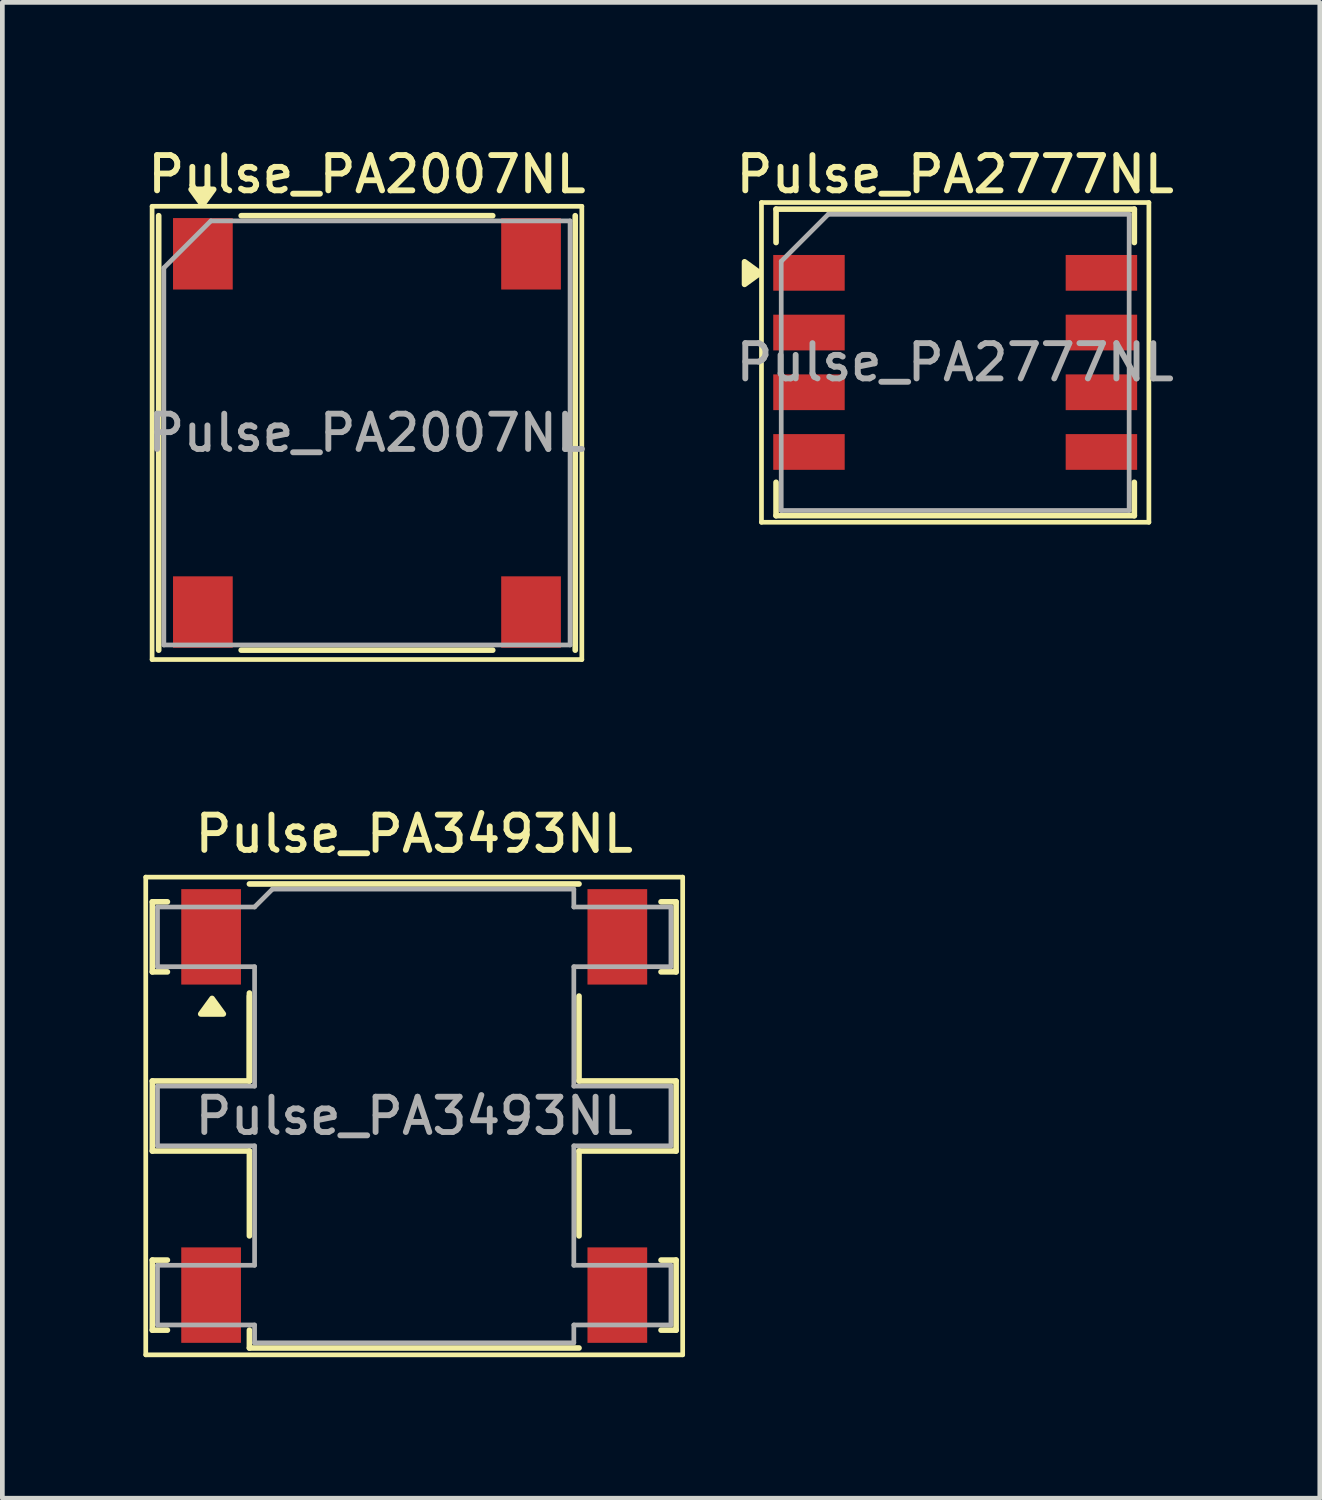
<source format=kicad_pcb>
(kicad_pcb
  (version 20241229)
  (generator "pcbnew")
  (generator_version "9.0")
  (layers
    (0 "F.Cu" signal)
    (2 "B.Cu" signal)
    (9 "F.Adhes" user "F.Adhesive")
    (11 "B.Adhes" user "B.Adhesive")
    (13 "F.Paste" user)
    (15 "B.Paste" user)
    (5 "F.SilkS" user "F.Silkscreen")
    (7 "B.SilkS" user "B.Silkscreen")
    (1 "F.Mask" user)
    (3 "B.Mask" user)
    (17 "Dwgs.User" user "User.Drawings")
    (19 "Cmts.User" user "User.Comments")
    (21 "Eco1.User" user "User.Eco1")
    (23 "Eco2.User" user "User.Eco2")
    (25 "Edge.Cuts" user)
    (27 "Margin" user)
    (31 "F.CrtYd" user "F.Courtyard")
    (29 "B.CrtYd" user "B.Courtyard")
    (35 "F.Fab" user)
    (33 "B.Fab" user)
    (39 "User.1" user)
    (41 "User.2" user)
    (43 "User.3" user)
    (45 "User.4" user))
  (footprint "Pulse_PA2777NL"
    (layer "F.Cu")
    (at 17.266 4.658)
    (property "Reference" "Pulse_PA2777NL" (at 0 -4 0) (layer "F.SilkS") (effects (font (size 0.75 0.75) (thickness 0.125))))
    (attr smd)
    (fp_line (start -4.12 -3.4) (end 4.12 -3.4) (stroke (width 0.1) (type solid)) (layer "F.SilkS"))
    (fp_line (start -4.12 3.4) (end -4.12 -3.4) (stroke (width 0.1) (type solid)) (layer "F.SilkS"))
    (fp_line (start -4.12 3.4) (end 4.12 3.4) (stroke (width 0.1) (type solid)) (layer "F.SilkS"))
    (fp_line (start -3.81 -3.26) (end 3.81 -3.26) (stroke (width 0.12) (type solid)) (layer "F.SilkS"))
    (fp_line (start -3.81 -2.55) (end -3.81 -3.26) (stroke (width 0.12) (type solid)) (layer "F.SilkS"))
    (fp_line (start -3.81 2.55) (end -3.81 3.26) (stroke (width 0.12) (type solid)) (layer "F.SilkS"))
    (fp_line (start -3.81 3.26) (end 3.81 3.26) (stroke (width 0.12) (type solid)) (layer "F.SilkS"))
    (fp_line (start 3.81 -2.55) (end 3.81 -3.26) (stroke (width 0.12) (type solid)) (layer "F.SilkS"))
    (fp_line (start 3.81 2.55) (end 3.81 3.26) (stroke (width 0.12) (type solid)) (layer "F.SilkS"))
    (fp_line (start 4.12 3.4) (end 4.12 -3.4) (stroke (width 0.1) (type solid)) (layer "F.SilkS"))
    (fp_poly (pts (xy -4.15 -1.9) (xy -4.48 -1.66) (xy -4.48 -2.14) (xy -4.15 -1.9)) (stroke (width 0.12) (type solid)) (fill yes) (layer "F.SilkS"))
    (fp_line (start -3.7 3.15) (end -3.7 -2.15) (stroke (width 0.1) (type solid)) (layer "F.Fab"))
    (fp_line (start -2.7 -3.15) (end -3.7 -2.15) (stroke (width 0.1) (type solid)) (layer "F.Fab"))
    (fp_line (start -2.7 -3.15) (end 3.7 -3.15) (stroke (width 0.1) (type solid)) (layer "F.Fab"))
    (fp_line (start 3.7 -3.15) (end 3.7 3.15) (stroke (width 0.1) (type solid)) (layer "F.Fab"))
    (fp_line (start 3.7 3.15) (end -3.7 3.15) (stroke (width 0.1) (type solid)) (layer "F.Fab"))
    (fp_text user "${REFERENCE}" (at 0 0 0) (layer "F.Fab") (effects (font (size 0.75 0.75) (thickness 0.125))))
    (pad "1" smd rect (at -3.11 -1.905) (size 1.52 0.76) (layers "F.Cu" "F.Mask" "F.Paste"))
    (pad "2" smd rect (at -3.11 -0.635) (size 1.52 0.76) (layers "F.Cu" "F.Mask" "F.Paste"))
    (pad "3" smd rect (at -3.11 0.635) (size 1.52 0.76) (layers "F.Cu" "F.Mask" "F.Paste"))
    (pad "4" smd rect (at -3.11 1.905) (size 1.52 0.76) (layers "F.Cu" "F.Mask" "F.Paste"))
    (pad "5" smd rect (at 3.11 1.905) (size 1.52 0.76) (layers "F.Cu" "F.Mask" "F.Paste"))
    (pad "6" smd rect (at 3.11 0.635) (size 1.52 0.76) (layers "F.Cu" "F.Mask" "F.Paste"))
    (pad "7" smd rect (at 3.11 -0.635) (size 1.52 0.76) (layers "F.Cu" "F.Mask" "F.Paste"))
    (pad "8" smd rect (at 3.11 -1.905) (size 1.52 0.76) (layers "F.Cu" "F.Mask" "F.Paste")))
  (footprint "Pulse_PA2007NL"
    (layer "F.Cu")
    (at 4.755 6.158)
    (property "Reference" "Pulse_PA2007NL" (at 0 -5.5 0) (layer "F.SilkS") (effects (font (size 0.75 0.75) (thickness 0.125))))
    (attr smd)
    (fp_line (start -4.57 -4.82) (end 4.57 -4.82) (stroke (width 0.1) (type solid)) (layer "F.SilkS"))
    (fp_line (start -4.57 4.82) (end -4.57 -4.82) (stroke (width 0.1) (type solid)) (layer "F.SilkS"))
    (fp_line (start -4.43 4.62) (end -4.43 -4.62) (stroke (width 0.12) (type solid)) (layer "F.SilkS"))
    (fp_line (start -2.675 -4.62) (end 2.675 -4.62) (stroke (width 0.12) (type solid)) (layer "F.SilkS"))
    (fp_line (start -2.675 4.62) (end 2.675 4.62) (stroke (width 0.12) (type solid)) (layer "F.SilkS"))
    (fp_line (start 4.43 4.62) (end 4.43 -4.62) (stroke (width 0.12) (type solid)) (layer "F.SilkS"))
    (fp_line (start 4.57 -4.82) (end 4.57 4.82) (stroke (width 0.1) (type solid)) (layer "F.SilkS"))
    (fp_line (start 4.57 4.82) (end -4.57 4.82) (stroke (width 0.1) (type solid)) (layer "F.SilkS"))
    (fp_poly (pts (xy -3.5 -4.85) (xy -3.74 -5.18) (xy -3.26 -5.18) (xy -3.5 -4.85)) (stroke (width 0.12) (type solid)) (fill yes) (layer "F.SilkS"))
    (fp_line (start -4.32 4.51) (end -4.32 -3.51) (stroke (width 0.1) (type solid)) (layer "F.Fab"))
    (fp_line (start -3.32 -4.51) (end -4.32 -3.51) (stroke (width 0.1) (type solid)) (layer "F.Fab"))
    (fp_line (start -3.32 -4.51) (end 4.32 -4.51) (stroke (width 0.1) (type solid)) (layer "F.Fab"))
    (fp_line (start 4.32 -4.51) (end 4.32 4.51) (stroke (width 0.1) (type solid)) (layer "F.Fab"))
    (fp_line (start 4.32 4.51) (end -4.32 4.51) (stroke (width 0.1) (type solid)) (layer "F.Fab"))
    (fp_text user "${REFERENCE}" (at 0 0 0) (layer "F.Fab") (effects (font (size 0.75 0.75) (thickness 0.125))))
    (pad "1" smd rect (at -3.49 -3.81) (size 1.27 1.52) (layers "F.Cu" "F.Mask" "F.Paste"))
    (pad "4" smd rect (at -3.49 3.81) (size 1.27 1.52) (layers "F.Cu" "F.Mask" "F.Paste"))
    (pad "5" smd rect (at 3.49 3.81) (size 1.27 1.52) (layers "F.Cu" "F.Mask" "F.Paste"))
    (pad "8" smd rect (at 3.49 -3.81) (size 1.27 1.52) (layers "F.Cu" "F.Mask" "F.Paste")))
  (footprint "Pulse_PA3493NL"
    (layer "F.Cu")
    (at 5.76 20.686)
    (property "Reference" "Pulse_PA3493NL" (at 0 -6 0) (layer "F.SilkS") (effects (font (size 0.75 0.75) (thickness 0.125))))
    (attr smd)
    (fp_line (start -5.71 -5.08) (end 5.71 -5.08) (stroke (width 0.1) (type solid)) (layer "F.SilkS"))
    (fp_line (start -5.71 5.08) (end -5.71 -5.08) (stroke (width 0.1) (type solid)) (layer "F.SilkS"))
    (fp_line (start -5.57 -4.555) (end -5.57 -3.065) (stroke (width 0.12) (type solid)) (layer "F.SilkS"))
    (fp_line (start -5.57 -4.555) (end -5.25 -4.555) (stroke (width 0.12) (type solid)) (layer "F.SilkS"))
    (fp_line (start -5.57 -3.065) (end -5.25 -3.065) (stroke (width 0.12) (type solid)) (layer "F.SilkS"))
    (fp_line (start -5.57 -0.745) (end -5.57 0.745) (stroke (width 0.12) (type solid)) (layer "F.SilkS"))
    (fp_line (start -5.57 -0.745) (end -3.505 -0.745) (stroke (width 0.12) (type solid)) (layer "F.SilkS"))
    (fp_line (start -5.57 0.745) (end -3.505 0.745) (stroke (width 0.12) (type solid)) (layer "F.SilkS"))
    (fp_line (start -5.57 3.065) (end -5.57 4.555) (stroke (width 0.12) (type solid)) (layer "F.SilkS"))
    (fp_line (start -5.57 3.065) (end -5.25 3.065) (stroke (width 0.12) (type solid)) (layer "F.SilkS"))
    (fp_line (start -5.57 4.555) (end -5.25 4.555) (stroke (width 0.12) (type solid)) (layer "F.SilkS"))
    (fp_line (start -3.505 -4.935) (end 3.505 -4.935) (stroke (width 0.12) (type solid)) (layer "F.SilkS"))
    (fp_line (start -3.505 -0.745) (end -3.505 -2.615) (stroke (width 0.12) (type solid)) (layer "F.SilkS"))
    (fp_line (start -3.505 -0.745) (end -3.505 -2.55) (stroke (width 0.12) (type solid)) (layer "F.SilkS"))
    (fp_line (start -3.505 0.745) (end -3.505 2.55) (stroke (width 0.12) (type solid)) (layer "F.SilkS"))
    (fp_line (start -3.505 4.935) (end -3.505 4.555) (stroke (width 0.12) (type solid)) (layer "F.SilkS"))
    (fp_line (start -3.505 4.935) (end 3.505 4.935) (stroke (width 0.12) (type solid)) (layer "F.SilkS"))
    (fp_line (start 3.505 -0.745) (end 3.505 -2.55) (stroke (width 0.12) (type solid)) (layer "F.SilkS"))
    (fp_line (start 3.505 0.745) (end 3.505 2.55) (stroke (width 0.12) (type solid)) (layer "F.SilkS"))
    (fp_line (start 5.57 -4.555) (end 5.25 -4.555) (stroke (width 0.12) (type solid)) (layer "F.SilkS"))
    (fp_line (start 5.57 -4.555) (end 5.57 -3.065) (stroke (width 0.12) (type solid)) (layer "F.SilkS"))
    (fp_line (start 5.57 -3.065) (end 5.25 -3.065) (stroke (width 0.12) (type solid)) (layer "F.SilkS"))
    (fp_line (start 5.57 -0.745) (end 3.505 -0.745) (stroke (width 0.12) (type solid)) (layer "F.SilkS"))
    (fp_line (start 5.57 -0.745) (end 5.57 0.745) (stroke (width 0.12) (type solid)) (layer "F.SilkS"))
    (fp_line (start 5.57 0.745) (end 3.505 0.745) (stroke (width 0.12) (type solid)) (layer "F.SilkS"))
    (fp_line (start 5.57 3.065) (end 5.25 3.065) (stroke (width 0.12) (type solid)) (layer "F.SilkS"))
    (fp_line (start 5.57 3.065) (end 5.57 4.555) (stroke (width 0.12) (type solid)) (layer "F.SilkS"))
    (fp_line (start 5.57 4.555) (end 5.25 4.555) (stroke (width 0.12) (type solid)) (layer "F.SilkS"))
    (fp_line (start 5.71 -5.08) (end 5.71 5.08) (stroke (width 0.1) (type solid)) (layer "F.SilkS"))
    (fp_line (start 5.71 5.08) (end -5.71 5.08) (stroke (width 0.1) (type solid)) (layer "F.SilkS"))
    (fp_poly (pts (xy -4.3 -2.5) (xy -4.06 -2.17) (xy -4.54 -2.17) (xy -4.3 -2.5)) (stroke (width 0.12) (type solid)) (fill yes) (layer "F.SilkS"))
    (fp_line (start -5.46 -4.445) (end -5.46 -3.175) (stroke (width 0.1) (type solid)) (layer "F.Fab"))
    (fp_line (start -5.46 -4.445) (end -3.395 -4.445) (stroke (width 0.1) (type solid)) (layer "F.Fab"))
    (fp_line (start -5.46 -3.175) (end -3.395 -3.175) (stroke (width 0.1) (type solid)) (layer "F.Fab"))
    (fp_line (start -5.46 -0.635) (end -5.46 0.635) (stroke (width 0.1) (type solid)) (layer "F.Fab"))
    (fp_line (start -5.46 -0.635) (end -3.395 -0.635) (stroke (width 0.1) (type solid)) (layer "F.Fab"))
    (fp_line (start -5.46 0.635) (end -3.395 0.635) (stroke (width 0.1) (type solid)) (layer "F.Fab"))
    (fp_line (start -5.46 3.175) (end -5.46 4.445) (stroke (width 0.1) (type solid)) (layer "F.Fab"))
    (fp_line (start -5.46 3.175) (end -3.395 3.175) (stroke (width 0.1) (type solid)) (layer "F.Fab"))
    (fp_line (start -5.46 4.445) (end -3.395 4.445) (stroke (width 0.1) (type solid)) (layer "F.Fab"))
    (fp_line (start -3.395 -3.175) (end -3.395 -0.635) (stroke (width 0.1) (type solid)) (layer "F.Fab"))
    (fp_line (start -3.395 3.175) (end -3.395 0.635) (stroke (width 0.1) (type solid)) (layer "F.Fab"))
    (fp_line (start -3.395 4.825) (end -3.395 4.445) (stroke (width 0.1) (type solid)) (layer "F.Fab"))
    (fp_line (start -3.015 -4.825) (end -3.395 -4.445) (stroke (width 0.1) (type solid)) (layer "F.Fab"))
    (fp_line (start -3.015 -4.825) (end 3.395 -4.825) (stroke (width 0.1) (type solid)) (layer "F.Fab"))
    (fp_line (start 3.395 -4.825) (end 3.395 -4.445) (stroke (width 0.1) (type solid)) (layer "F.Fab"))
    (fp_line (start 3.395 -3.175) (end 3.395 -0.635) (stroke (width 0.1) (type solid)) (layer "F.Fab"))
    (fp_line (start 3.395 3.175) (end 3.395 0.635) (stroke (width 0.1) (type solid)) (layer "F.Fab"))
    (fp_line (start 3.395 4.825) (end -3.395 4.825) (stroke (width 0.1) (type solid)) (layer "F.Fab"))
    (fp_line (start 3.395 4.825) (end 3.395 4.445) (stroke (width 0.1) (type solid)) (layer "F.Fab"))
    (fp_line (start 5.46 -4.445) (end 3.395 -4.445) (stroke (width 0.1) (type solid)) (layer "F.Fab"))
    (fp_line (start 5.46 -4.445) (end 5.46 -3.175) (stroke (width 0.1) (type solid)) (layer "F.Fab"))
    (fp_line (start 5.46 -3.175) (end 3.395 -3.175) (stroke (width 0.1) (type solid)) (layer "F.Fab"))
    (fp_line (start 5.46 -0.635) (end 3.395 -0.635) (stroke (width 0.1) (type solid)) (layer "F.Fab"))
    (fp_line (start 5.46 -0.635) (end 5.46 0.635) (stroke (width 0.1) (type solid)) (layer "F.Fab"))
    (fp_line (start 5.46 0.635) (end 3.395 0.635) (stroke (width 0.1) (type solid)) (layer "F.Fab"))
    (fp_line (start 5.46 3.175) (end 3.395 3.175) (stroke (width 0.1) (type solid)) (layer "F.Fab"))
    (fp_line (start 5.46 3.175) (end 5.46 4.445) (stroke (width 0.1) (type solid)) (layer "F.Fab"))
    (fp_line (start 5.46 4.445) (end 3.395 4.445) (stroke (width 0.1) (type solid)) (layer "F.Fab"))
    (fp_text user "${REFERENCE}" (at 0 0 0) (layer "F.Fab") (effects (font (size 0.75 0.75) (thickness 0.125))))
    (pad "1" smd rect (at -4.32 -3.81) (size 1.27 2.03) (layers "F.Cu" "F.Mask" "F.Paste"))
    (pad "3" smd rect (at -4.32 3.81) (size 1.27 2.03) (layers "F.Cu" "F.Mask" "F.Paste"))
    (pad "4" smd rect (at 4.32 3.81) (size 1.27 2.03) (layers "F.Cu" "F.Mask" "F.Paste"))
    (pad "6" smd rect (at 4.32 -3.81) (size 1.27 2.03) (layers "F.Cu" "F.Mask" "F.Paste")))
  (gr_rect
    (start -3 -3)
    (end 25.021 28.816)
    (stroke (width 0.1) (type default))
    (fill no)
    (layer "Edge.Cuts")))
</source>
